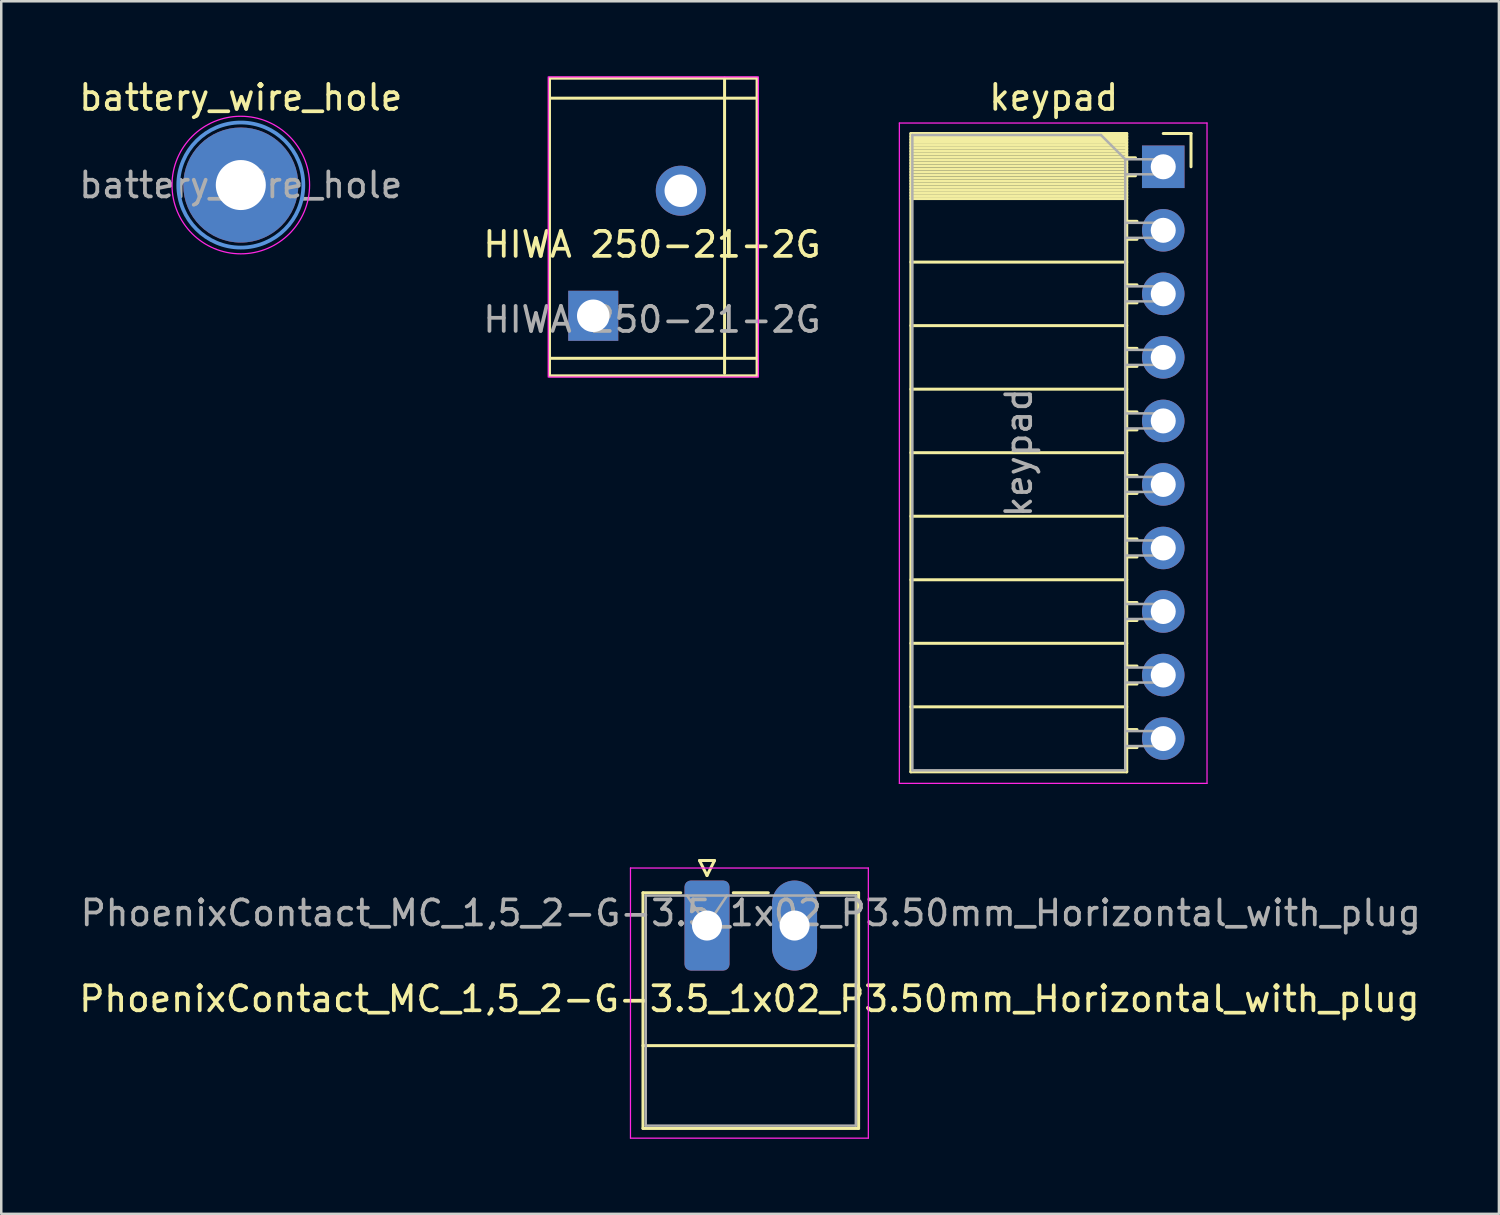
<source format=kicad_pcb>
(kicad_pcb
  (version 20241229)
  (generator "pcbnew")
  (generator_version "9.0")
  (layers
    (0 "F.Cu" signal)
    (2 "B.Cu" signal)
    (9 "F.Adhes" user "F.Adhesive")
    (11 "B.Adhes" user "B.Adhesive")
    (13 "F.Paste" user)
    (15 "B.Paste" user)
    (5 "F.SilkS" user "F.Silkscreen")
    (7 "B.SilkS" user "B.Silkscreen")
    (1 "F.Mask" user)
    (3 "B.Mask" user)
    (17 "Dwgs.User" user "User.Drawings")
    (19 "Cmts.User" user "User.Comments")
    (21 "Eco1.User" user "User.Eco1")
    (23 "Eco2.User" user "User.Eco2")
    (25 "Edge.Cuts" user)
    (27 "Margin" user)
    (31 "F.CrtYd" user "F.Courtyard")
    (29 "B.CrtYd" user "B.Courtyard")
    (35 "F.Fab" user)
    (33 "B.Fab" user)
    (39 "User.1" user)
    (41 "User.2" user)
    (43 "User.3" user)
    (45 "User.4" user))
  (footprint "battery_wire_hole"
    (layer "F.Cu")
    (at 6.577 4.348)
    (property "Reference" "battery_wire_hole" (at 0 -3.5 180) (layer "F.SilkS") (effects (font (size 1 1) (thickness 0.15))))
    (attr exclude_from_pos_files)
    (fp_circle (center 0 0) (end 2.5 0) (stroke (width 0.15) (type solid)) (fill no) (layer "Cmts.User"))
    (fp_circle (center 0 0) (end 2.75 0) (stroke (width 0.05) (type solid)) (fill no) (layer "F.CrtYd"))
    (fp_text user "${REFERENCE}" (at 0 0 180) (layer "F.Fab") (effects (font (size 1 1) (thickness 0.15))))
    (pad "1" thru_hole circle (at 0 0) (size 4.6 4.6) (drill 2) (layers "*.Cu" "*.Mask")))
  (footprint "PhoenixContact_MC_1,5_2-G-3.5_1x02_P3.50mm_Horizontal_with_plug"
    (layer "F.Cu")
    (at 25.216 33.953)
    (property "Reference" "PhoenixContact_MC_1,5_2-G-3.5_1x02_P3.50mm_Horizontal_with_plug" (at 1.695 2.933 180) (layer "F.SilkS") (effects (font (size 1 1) (thickness 0.15))))
    (attr through_hole)
    (fp_line (start -2.56 -1.31) (end -2.56 8.11) (stroke (width 0.12) (type solid)) (layer "F.SilkS"))
    (fp_line (start -2.56 -1.31) (end -1.05 -1.31) (stroke (width 0.12) (type solid)) (layer "F.SilkS"))
    (fp_line (start -2.56 4.8) (end 6.06 4.8) (stroke (width 0.12) (type solid)) (layer "F.SilkS"))
    (fp_line (start -2.56 8.11) (end 6.06 8.11) (stroke (width 0.12) (type solid)) (layer "F.SilkS"))
    (fp_line (start -0.3 -2.6) (end 0.3 -2.6) (stroke (width 0.12) (type solid)) (layer "F.SilkS"))
    (fp_line (start 0 -2) (end -0.3 -2.6) (stroke (width 0.12) (type solid)) (layer "F.SilkS"))
    (fp_line (start 0.3 -2.6) (end 0 -2) (stroke (width 0.12) (type solid)) (layer "F.SilkS"))
    (fp_line (start 1.05 -1.31) (end 2.45 -1.31) (stroke (width 0.12) (type solid)) (layer "F.SilkS"))
    (fp_line (start 6.06 -1.31) (end 4.55 -1.31) (stroke (width 0.12) (type solid)) (layer "F.SilkS"))
    (fp_line (start 6.06 8.11) (end 6.06 -1.31) (stroke (width 0.12) (type solid)) (layer "F.SilkS"))
    (fp_line (start -3.06 -2.3) (end -3.06 8.5) (stroke (width 0.05) (type solid)) (layer "F.CrtYd"))
    (fp_line (start -3.06 8.5) (end 6.45 8.5) (stroke (width 0.05) (type solid)) (layer "F.CrtYd"))
    (fp_line (start 6.45 -2.3) (end -3.06 -2.3) (stroke (width 0.05) (type solid)) (layer "F.CrtYd"))
    (fp_line (start 6.45 8.5) (end 6.45 -2.3) (stroke (width 0.05) (type solid)) (layer "F.CrtYd"))
    (fp_line (start -2.45 -1.2) (end -2.45 8) (stroke (width 0.1) (type solid)) (layer "F.Fab"))
    (fp_line (start -2.45 8) (end 5.95 8) (stroke (width 0.1) (type solid)) (layer "F.Fab"))
    (fp_line (start 0 0) (end -0.8 -1.2) (stroke (width 0.1) (type solid)) (layer "F.Fab"))
    (fp_line (start 0.8 -1.2) (end 0 0) (stroke (width 0.1) (type solid)) (layer "F.Fab"))
    (fp_line (start 5.95 -1.2) (end -2.45 -1.2) (stroke (width 0.1) (type solid)) (layer "F.Fab"))
    (fp_line (start 5.95 8) (end 5.95 -1.2) (stroke (width 0.1) (type solid)) (layer "F.Fab"))
    (fp_text user "${REFERENCE}" (at 1.75 -0.5 180) (layer "F.Fab") (effects (font (size 1 1) (thickness 0.15))))
    (pad "1" thru_hole roundrect (at 0 0) (size 1.8 3.6) (drill 1.2) (layers "*.Cu" "*.Mask") (roundrect_rratio 0.139))
    (pad "2" thru_hole oval (at 3.5 0) (size 1.8 3.6) (drill 1.2) (layers "*.Cu" "*.Mask")))
  (footprint "keypad"
    (layer "F.Cu")
    (at 43.456 3.618)
    (property "Reference" "keypad" (at -4.38 -2.77 0) (layer "F.SilkS") (effects (font (size 1 1) (thickness 0.15))))
    (attr through_hole)
    (fp_line (start -10.09 -1.33) (end -10.09 24.19) (stroke (width 0.12) (type solid)) (layer "F.SilkS"))
    (fp_line (start -10.09 -1.33) (end -1.46 -1.33) (stroke (width 0.12) (type solid)) (layer "F.SilkS"))
    (fp_line (start -10.09 -1.21) (end -1.46 -1.21) (stroke (width 0.12) (type solid)) (layer "F.SilkS"))
    (fp_line (start -10.09 -1.092) (end -1.46 -1.092) (stroke (width 0.12) (type solid)) (layer "F.SilkS"))
    (fp_line (start -10.09 -0.974) (end -1.46 -0.974) (stroke (width 0.12) (type solid)) (layer "F.SilkS"))
    (fp_line (start -10.09 -0.856) (end -1.46 -0.856) (stroke (width 0.12) (type solid)) (layer "F.SilkS"))
    (fp_line (start -10.09 -0.738) (end -1.46 -0.738) (stroke (width 0.12) (type solid)) (layer "F.SilkS"))
    (fp_line (start -10.09 -0.62) (end -1.46 -0.62) (stroke (width 0.12) (type solid)) (layer "F.SilkS"))
    (fp_line (start -10.09 -0.501) (end -1.46 -0.501) (stroke (width 0.12) (type solid)) (layer "F.SilkS"))
    (fp_line (start -10.09 -0.383) (end -1.46 -0.383) (stroke (width 0.12) (type solid)) (layer "F.SilkS"))
    (fp_line (start -10.09 -0.265) (end -1.46 -0.265) (stroke (width 0.12) (type solid)) (layer "F.SilkS"))
    (fp_line (start -10.09 -0.147) (end -1.46 -0.147) (stroke (width 0.12) (type solid)) (layer "F.SilkS"))
    (fp_line (start -10.09 -0.029) (end -1.46 -0.029) (stroke (width 0.12) (type solid)) (layer "F.SilkS"))
    (fp_line (start -10.09 0.089) (end -1.46 0.089) (stroke (width 0.12) (type solid)) (layer "F.SilkS"))
    (fp_line (start -10.09 0.207) (end -1.46 0.207) (stroke (width 0.12) (type solid)) (layer "F.SilkS"))
    (fp_line (start -10.09 0.325) (end -1.46 0.325) (stroke (width 0.12) (type solid)) (layer "F.SilkS"))
    (fp_line (start -10.09 0.443) (end -1.46 0.443) (stroke (width 0.12) (type solid)) (layer "F.SilkS"))
    (fp_line (start -10.09 0.561) (end -1.46 0.561) (stroke (width 0.12) (type solid)) (layer "F.SilkS"))
    (fp_line (start -10.09 0.68) (end -1.46 0.68) (stroke (width 0.12) (type solid)) (layer "F.SilkS"))
    (fp_line (start -10.09 0.798) (end -1.46 0.798) (stroke (width 0.12) (type solid)) (layer "F.SilkS"))
    (fp_line (start -10.09 0.916) (end -1.46 0.916) (stroke (width 0.12) (type solid)) (layer "F.SilkS"))
    (fp_line (start -10.09 1.034) (end -1.46 1.034) (stroke (width 0.12) (type solid)) (layer "F.SilkS"))
    (fp_line (start -10.09 1.152) (end -1.46 1.152) (stroke (width 0.12) (type solid)) (layer "F.SilkS"))
    (fp_line (start -10.09 1.27) (end -1.46 1.27) (stroke (width 0.12) (type solid)) (layer "F.SilkS"))
    (fp_line (start -10.09 3.81) (end -1.46 3.81) (stroke (width 0.12) (type solid)) (layer "F.SilkS"))
    (fp_line (start -10.09 6.35) (end -1.46 6.35) (stroke (width 0.12) (type solid)) (layer "F.SilkS"))
    (fp_line (start -10.09 8.89) (end -1.46 8.89) (stroke (width 0.12) (type solid)) (layer "F.SilkS"))
    (fp_line (start -10.09 11.43) (end -1.46 11.43) (stroke (width 0.12) (type solid)) (layer "F.SilkS"))
    (fp_line (start -10.09 13.97) (end -1.46 13.97) (stroke (width 0.12) (type solid)) (layer "F.SilkS"))
    (fp_line (start -10.09 16.51) (end -1.46 16.51) (stroke (width 0.12) (type solid)) (layer "F.SilkS"))
    (fp_line (start -10.09 19.05) (end -1.46 19.05) (stroke (width 0.12) (type solid)) (layer "F.SilkS"))
    (fp_line (start -10.09 21.59) (end -1.46 21.59) (stroke (width 0.12) (type solid)) (layer "F.SilkS"))
    (fp_line (start -10.09 24.19) (end -1.46 24.19) (stroke (width 0.12) (type solid)) (layer "F.SilkS"))
    (fp_line (start -1.46 -1.33) (end -1.46 24.19) (stroke (width 0.12) (type solid)) (layer "F.SilkS"))
    (fp_line (start -1.46 -0.36) (end -1.11 -0.36) (stroke (width 0.12) (type solid)) (layer "F.SilkS"))
    (fp_line (start -1.46 0.36) (end -1.11 0.36) (stroke (width 0.12) (type solid)) (layer "F.SilkS"))
    (fp_line (start -1.46 2.18) (end -1.05 2.18) (stroke (width 0.12) (type solid)) (layer "F.SilkS"))
    (fp_line (start -1.46 2.9) (end -1.05 2.9) (stroke (width 0.12) (type solid)) (layer "F.SilkS"))
    (fp_line (start -1.46 4.72) (end -1.05 4.72) (stroke (width 0.12) (type solid)) (layer "F.SilkS"))
    (fp_line (start -1.46 5.44) (end -1.05 5.44) (stroke (width 0.12) (type solid)) (layer "F.SilkS"))
    (fp_line (start -1.46 7.26) (end -1.05 7.26) (stroke (width 0.12) (type solid)) (layer "F.SilkS"))
    (fp_line (start -1.46 7.98) (end -1.05 7.98) (stroke (width 0.12) (type solid)) (layer "F.SilkS"))
    (fp_line (start -1.46 9.8) (end -1.05 9.8) (stroke (width 0.12) (type solid)) (layer "F.SilkS"))
    (fp_line (start -1.46 10.52) (end -1.05 10.52) (stroke (width 0.12) (type solid)) (layer "F.SilkS"))
    (fp_line (start -1.46 12.34) (end -1.05 12.34) (stroke (width 0.12) (type solid)) (layer "F.SilkS"))
    (fp_line (start -1.46 13.06) (end -1.05 13.06) (stroke (width 0.12) (type solid)) (layer "F.SilkS"))
    (fp_line (start -1.46 14.88) (end -1.05 14.88) (stroke (width 0.12) (type solid)) (layer "F.SilkS"))
    (fp_line (start -1.46 15.6) (end -1.05 15.6) (stroke (width 0.12) (type solid)) (layer "F.SilkS"))
    (fp_line (start -1.46 17.42) (end -1.05 17.42) (stroke (width 0.12) (type solid)) (layer "F.SilkS"))
    (fp_line (start -1.46 18.14) (end -1.05 18.14) (stroke (width 0.12) (type solid)) (layer "F.SilkS"))
    (fp_line (start -1.46 19.96) (end -1.05 19.96) (stroke (width 0.12) (type solid)) (layer "F.SilkS"))
    (fp_line (start -1.46 20.68) (end -1.05 20.68) (stroke (width 0.12) (type solid)) (layer "F.SilkS"))
    (fp_line (start -1.46 22.5) (end -1.05 22.5) (stroke (width 0.12) (type solid)) (layer "F.SilkS"))
    (fp_line (start -1.46 23.22) (end -1.05 23.22) (stroke (width 0.12) (type solid)) (layer "F.SilkS"))
    (fp_line (start 0 -1.33) (end 1.11 -1.33) (stroke (width 0.12) (type solid)) (layer "F.SilkS"))
    (fp_line (start 1.11 -1.33) (end 1.11 0) (stroke (width 0.12) (type solid)) (layer "F.SilkS"))
    (fp_line (start -10.55 -1.75) (end -10.55 24.65) (stroke (width 0.05) (type solid)) (layer "F.CrtYd"))
    (fp_line (start -10.55 24.65) (end 1.75 24.65) (stroke (width 0.05) (type solid)) (layer "F.CrtYd"))
    (fp_line (start 1.75 -1.75) (end -10.55 -1.75) (stroke (width 0.05) (type solid)) (layer "F.CrtYd"))
    (fp_line (start 1.75 24.65) (end 1.75 -1.75) (stroke (width 0.05) (type solid)) (layer "F.CrtYd"))
    (fp_line (start -10.03 -1.27) (end -2.49 -1.27) (stroke (width 0.1) (type solid)) (layer "F.Fab"))
    (fp_line (start -10.03 24.13) (end -10.03 -1.27) (stroke (width 0.1) (type solid)) (layer "F.Fab"))
    (fp_line (start -2.49 -1.27) (end -1.52 -0.3) (stroke (width 0.1) (type solid)) (layer "F.Fab"))
    (fp_line (start -1.52 -0.3) (end -1.52 24.13) (stroke (width 0.1) (type solid)) (layer "F.Fab"))
    (fp_line (start -1.52 0.3) (end 0 0.3) (stroke (width 0.1) (type solid)) (layer "F.Fab"))
    (fp_line (start -1.52 2.84) (end 0 2.84) (stroke (width 0.1) (type solid)) (layer "F.Fab"))
    (fp_line (start -1.52 5.38) (end 0 5.38) (stroke (width 0.1) (type solid)) (layer "F.Fab"))
    (fp_line (start -1.52 7.92) (end 0 7.92) (stroke (width 0.1) (type solid)) (layer "F.Fab"))
    (fp_line (start -1.52 10.46) (end 0 10.46) (stroke (width 0.1) (type solid)) (layer "F.Fab"))
    (fp_line (start -1.52 13) (end 0 13) (stroke (width 0.1) (type solid)) (layer "F.Fab"))
    (fp_line (start -1.52 15.54) (end 0 15.54) (stroke (width 0.1) (type solid)) (layer "F.Fab"))
    (fp_line (start -1.52 18.08) (end 0 18.08) (stroke (width 0.1) (type solid)) (layer "F.Fab"))
    (fp_line (start -1.52 20.62) (end 0 20.62) (stroke (width 0.1) (type solid)) (layer "F.Fab"))
    (fp_line (start -1.52 23.16) (end 0 23.16) (stroke (width 0.1) (type solid)) (layer "F.Fab"))
    (fp_line (start -1.52 24.13) (end -10.03 24.13) (stroke (width 0.1) (type solid)) (layer "F.Fab"))
    (fp_line (start 0 -0.3) (end -1.52 -0.3) (stroke (width 0.1) (type solid)) (layer "F.Fab"))
    (fp_line (start 0 0.3) (end 0 -0.3) (stroke (width 0.1) (type solid)) (layer "F.Fab"))
    (fp_line (start 0 2.24) (end -1.52 2.24) (stroke (width 0.1) (type solid)) (layer "F.Fab"))
    (fp_line (start 0 2.84) (end 0 2.24) (stroke (width 0.1) (type solid)) (layer "F.Fab"))
    (fp_line (start 0 4.78) (end -1.52 4.78) (stroke (width 0.1) (type solid)) (layer "F.Fab"))
    (fp_line (start 0 5.38) (end 0 4.78) (stroke (width 0.1) (type solid)) (layer "F.Fab"))
    (fp_line (start 0 7.32) (end -1.52 7.32) (stroke (width 0.1) (type solid)) (layer "F.Fab"))
    (fp_line (start 0 7.92) (end 0 7.32) (stroke (width 0.1) (type solid)) (layer "F.Fab"))
    (fp_line (start 0 9.86) (end -1.52 9.86) (stroke (width 0.1) (type solid)) (layer "F.Fab"))
    (fp_line (start 0 10.46) (end 0 9.86) (stroke (width 0.1) (type solid)) (layer "F.Fab"))
    (fp_line (start 0 12.4) (end -1.52 12.4) (stroke (width 0.1) (type solid)) (layer "F.Fab"))
    (fp_line (start 0 13) (end 0 12.4) (stroke (width 0.1) (type solid)) (layer "F.Fab"))
    (fp_line (start 0 14.94) (end -1.52 14.94) (stroke (width 0.1) (type solid)) (layer "F.Fab"))
    (fp_line (start 0 15.54) (end 0 14.94) (stroke (width 0.1) (type solid)) (layer "F.Fab"))
    (fp_line (start 0 17.48) (end -1.52 17.48) (stroke (width 0.1) (type solid)) (layer "F.Fab"))
    (fp_line (start 0 18.08) (end 0 17.48) (stroke (width 0.1) (type solid)) (layer "F.Fab"))
    (fp_line (start 0 20.02) (end -1.52 20.02) (stroke (width 0.1) (type solid)) (layer "F.Fab"))
    (fp_line (start 0 20.62) (end 0 20.02) (stroke (width 0.1) (type solid)) (layer "F.Fab"))
    (fp_line (start 0 22.56) (end -1.52 22.56) (stroke (width 0.1) (type solid)) (layer "F.Fab"))
    (fp_line (start 0 23.16) (end 0 22.56) (stroke (width 0.1) (type solid)) (layer "F.Fab"))
    (fp_text user "${REFERENCE}" (at -5.775 11.43 270) (layer "F.Fab") (effects (font (size 1 1) (thickness 0.15))))
    (pad "1" thru_hole rect (at 0 0) (size 1.7 1.7) (drill 1) (layers "*.Cu" "*.Mask"))
    (pad "2" thru_hole oval (at 0 2.54) (size 1.7 1.7) (drill 1) (layers "*.Cu" "*.Mask"))
    (pad "3" thru_hole oval (at 0 5.08) (size 1.7 1.7) (drill 1) (layers "*.Cu" "*.Mask"))
    (pad "4" thru_hole oval (at 0 7.62) (size 1.7 1.7) (drill 1) (layers "*.Cu" "*.Mask"))
    (pad "5" thru_hole oval (at 0 10.16) (size 1.7 1.7) (drill 1) (layers "*.Cu" "*.Mask"))
    (pad "6" thru_hole oval (at 0 12.7) (size 1.7 1.7) (drill 1) (layers "*.Cu" "*.Mask"))
    (pad "7" thru_hole oval (at 0 15.24) (size 1.7 1.7) (drill 1) (layers "*.Cu" "*.Mask"))
    (pad "8" thru_hole oval (at 0 17.78) (size 1.7 1.7) (drill 1) (layers "*.Cu" "*.Mask"))
    (pad "9" thru_hole oval (at 0 20.32) (size 1.7 1.7) (drill 1) (layers "*.Cu" "*.Mask"))
    (pad "10" thru_hole oval (at 0 22.86) (size 1.7 1.7) (drill 1) (layers "*.Cu" "*.Mask")))
  (footprint "HIWA 250-21-2G"
    (layer "F.Cu")
    (at 23.018 7.225)
    (property "Reference" "HIWA 250-21-2G" (at 0 -0.5 0) (unlocked yes) (layer "F.SilkS") (effects (font (size 1 1) (thickness 0.15))))
    (attr through_hole)
    (fp_line (start -4.1 -6.35) (end 4.2 -6.35) (stroke (width 0.12) (type default)) (layer "F.SilkS"))
    (fp_line (start -4.1 4.05) (end 4.15 4.05) (stroke (width 0.12) (type default)) (layer "F.SilkS"))
    (fp_line (start 2.9 -7.15) (end 2.9 4.65) (stroke (width 0.12) (type default)) (layer "F.SilkS"))
    (fp_rect (start -4.1 -7.15) (end 4.2 4.75) (stroke (width 0.12) (type default)) (fill no) (layer "F.SilkS"))
    (fp_rect (start -4.15 -7.2) (end 4.25 4.8) (stroke (width 0.05) (type default)) (fill no) (layer "F.CrtYd"))
    (fp_text user "${REFERENCE}" (at 0 2.5 0) (unlocked yes) (layer "F.Fab") (effects (font (size 1 1) (thickness 0.15))))
    (pad "1" thru_hole rect (at -2.35 2.35) (size 2 2) (drill 1.3) (layers "*.Cu" "*.Mask"))
    (pad "2" thru_hole circle (at 1.15 -2.65) (size 2 2) (drill 1.3) (layers "*.Cu" "*.Mask")))
  (gr_rect
    (start -3 -3)
    (end 56.876 45.478)
    (stroke (width 0.1) (type default))
    (fill no)
    (layer "Edge.Cuts")))
</source>
